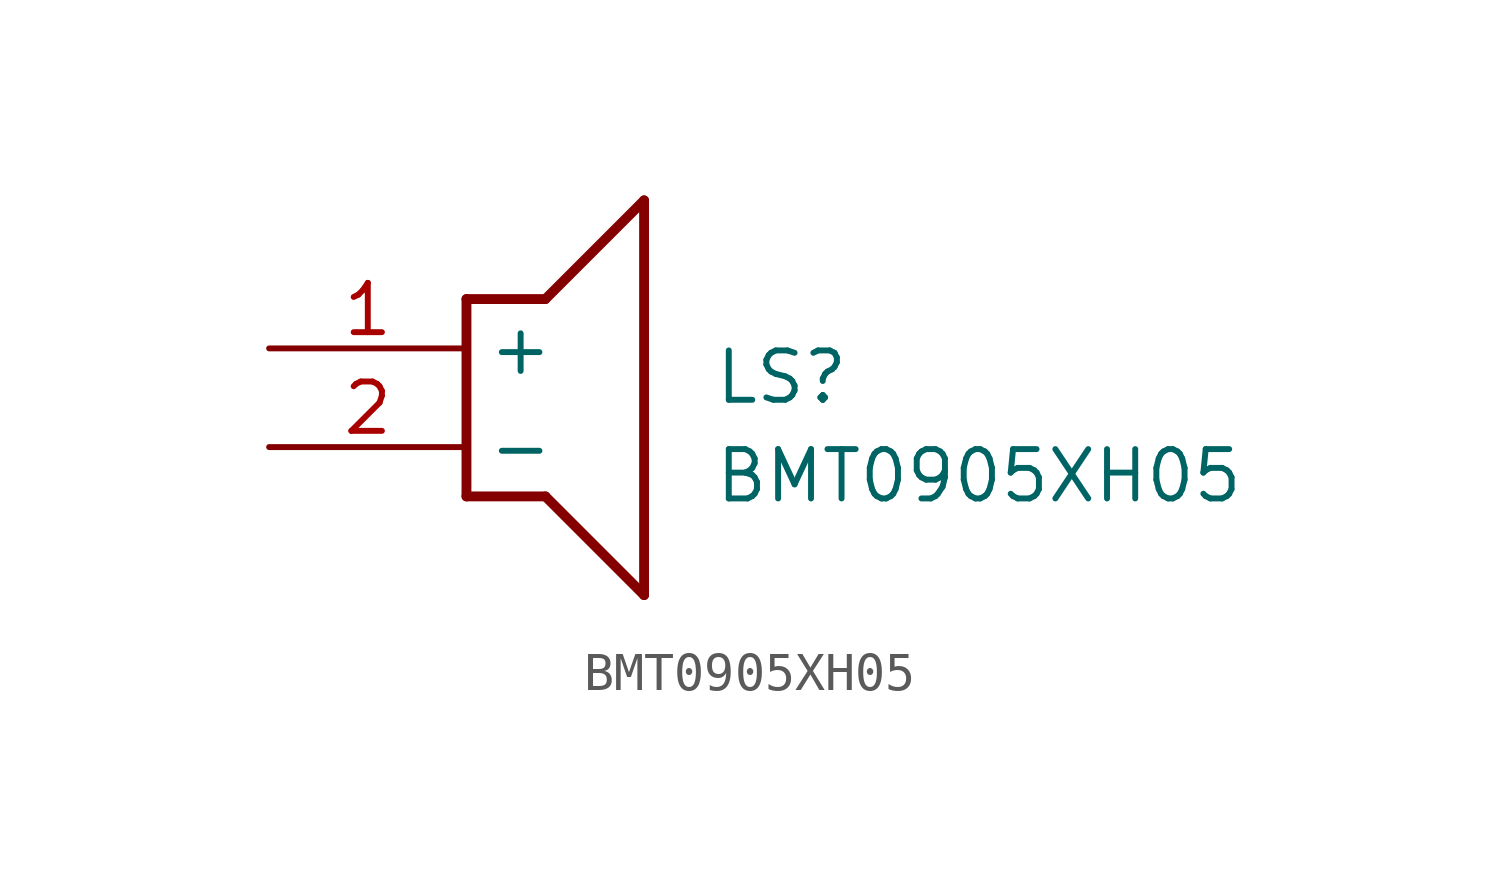
<source format=kicad_sym>
(kicad_symbol_lib
  (version 20211014)
  (generator SamacSys_ECAD_Model)
  (symbol "BMT0905XH05"
    (property "Reference" "LS"
      (at 11.43 0 0)
      (effects (font (size 1.27 1.27)) (justify left top)))
    (property "Value" "BMT0905XH05"
      (at 11.43 -2.54 0)
      (effects (font (size 1.27 1.27)) (justify left top)))
    (polyline
      (pts (xy 5.08 1.27) (xy 7.112 1.27))
      (stroke (width 0.254) (type default))
      (fill (type none)))
    (polyline
      (pts (xy 9.652 3.81) (xy 7.112 1.27))
      (stroke (width 0.254) (type default))
      (fill (type none)))
    (polyline
      (pts (xy 9.652 3.81) (xy 9.652 -6.35))
      (stroke (width 0.254) (type default))
      (fill (type none)))
    (polyline
      (pts (xy 7.112 -3.81) (xy 9.652 -6.35))
      (stroke (width 0.254) (type default))
      (fill (type none)))
    (polyline
      (pts (xy 7.112 -3.81) (xy 5.08 -3.81))
      (stroke (width 0.254) (type default))
      (fill (type none)))
    (polyline
      (pts (xy 5.08 1.27) (xy 5.08 -3.81))
      (stroke (width 0.254) (type default))
      (fill (type none)))
    (pin passive line
      (at 0 0 0)
      (length 5.08)
      (name "+" (effects (font (size 1.27 1.27))))
      (number "1" (effects (font (size 1.27 1.27)))))
    (pin passive line
      (at 0 -2.54 0)
      (length 5.08)
      (name "-" (effects (font (size 1.27 1.27))))
      (number "2" (effects (font (size 1.27 1.27)))))))
</source>
